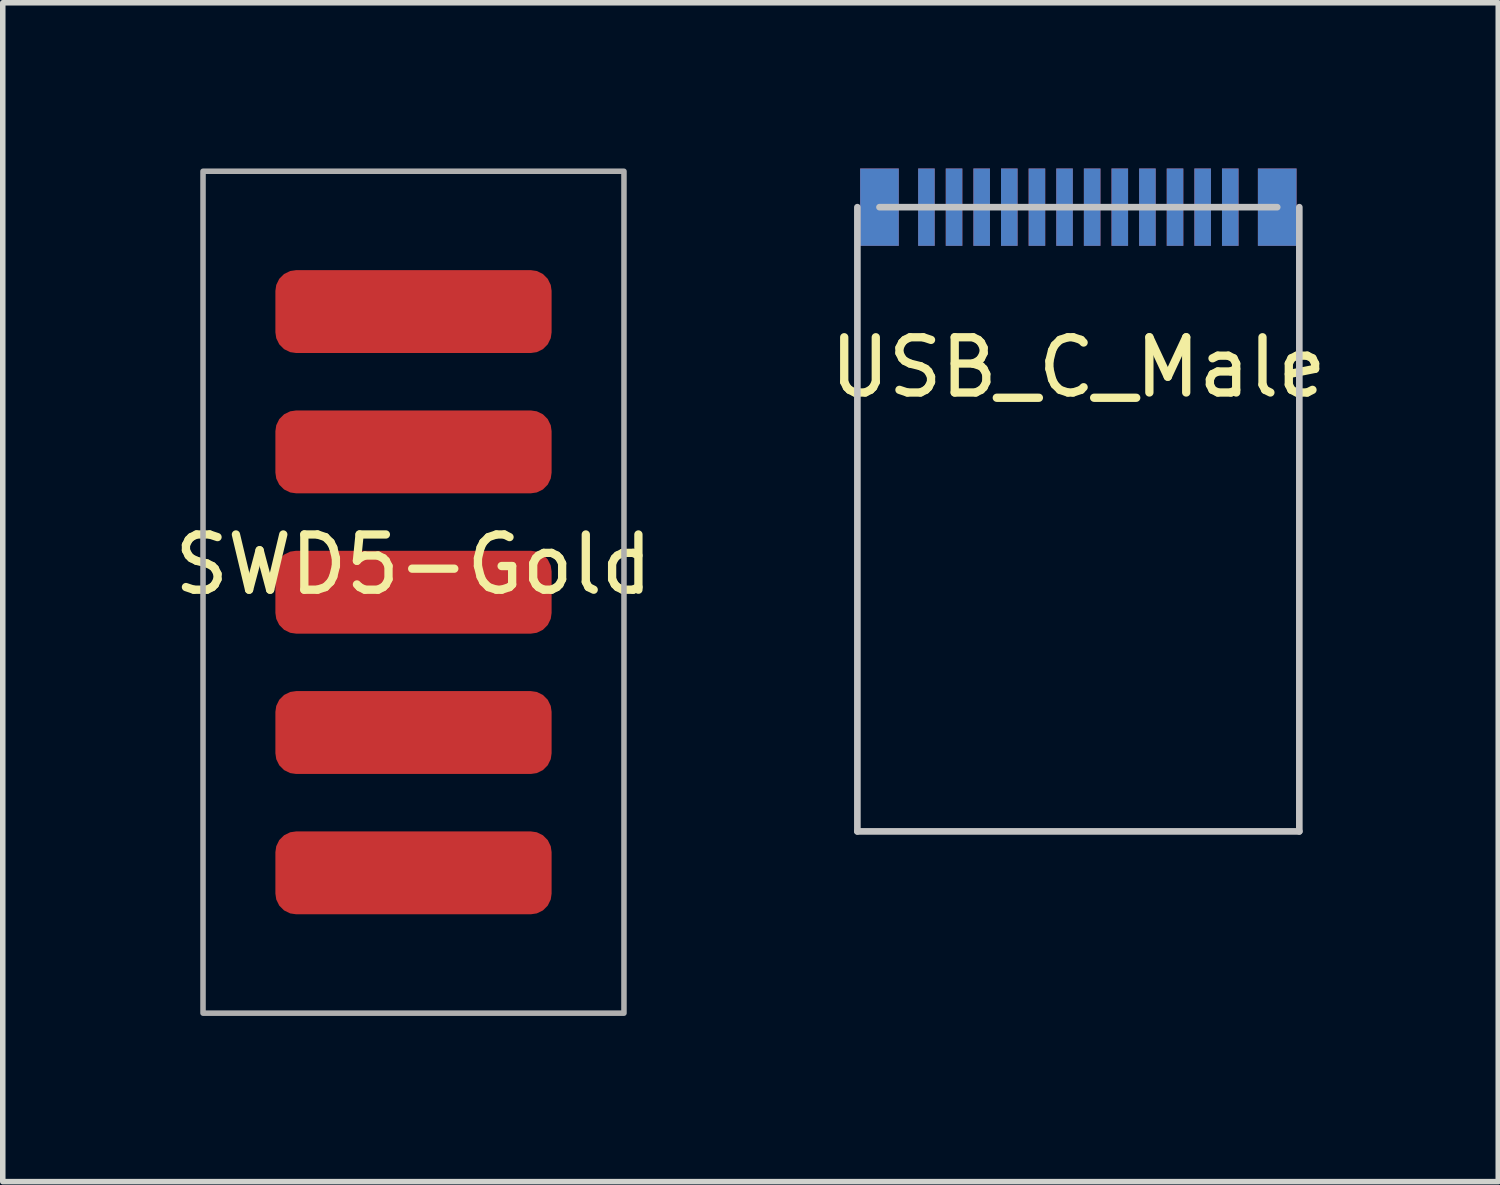
<source format=kicad_pcb>
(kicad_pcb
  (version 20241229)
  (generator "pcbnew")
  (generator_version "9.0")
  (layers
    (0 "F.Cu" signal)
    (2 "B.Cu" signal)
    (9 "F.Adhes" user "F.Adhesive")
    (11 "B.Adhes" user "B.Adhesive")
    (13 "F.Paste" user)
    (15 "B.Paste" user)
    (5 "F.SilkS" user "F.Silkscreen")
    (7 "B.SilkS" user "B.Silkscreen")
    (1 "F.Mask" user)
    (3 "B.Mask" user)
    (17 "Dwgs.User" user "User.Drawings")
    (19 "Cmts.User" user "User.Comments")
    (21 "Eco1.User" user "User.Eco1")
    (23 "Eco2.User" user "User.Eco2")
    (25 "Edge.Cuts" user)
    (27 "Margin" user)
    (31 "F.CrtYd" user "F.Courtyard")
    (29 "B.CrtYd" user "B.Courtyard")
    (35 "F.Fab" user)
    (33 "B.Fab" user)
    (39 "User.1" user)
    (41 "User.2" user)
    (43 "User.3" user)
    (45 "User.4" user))
  (footprint "SWD5-Gold"
    (layer "F.Cu")
    (at 4.435 7.67)
    (property "Reference" "SWD5-Gold" (at 0 -0.5 0) (unlocked yes) (layer "F.SilkS") (effects (font (size 1 1) (thickness 0.15))))
    (attr smd)
    (fp_rect (start -3.81 -7.62) (end 3.81 7.62) (stroke (width 0.1) (type default)) (fill no) (layer "F.Fab"))
    (pad "1" connect roundrect (at 0 -5.08) (size 5 1.5) (layers "F.Cu" "F.Mask") (roundrect_rratio 0.25))
    (pad "2" connect roundrect (at 0 -2.54) (size 5 1.5) (layers "F.Cu" "F.Mask") (roundrect_rratio 0.25))
    (pad "3" connect roundrect (at 0 0) (size 5 1.5) (layers "F.Cu" "F.Mask") (roundrect_rratio 0.25))
    (pad "4" connect roundrect (at 0 2.54) (size 5 1.5) (layers "F.Cu" "F.Mask") (roundrect_rratio 0.25))
    (pad "5" connect roundrect (at 0 5.08) (size 5 1.5) (layers "F.Cu" "F.Mask") (roundrect_rratio 0.25)))
  (footprint "USB_C_Male"
    (layer "F.Cu")
    (at 16.47 4.1)
    (property "Reference" "USB_C_Male" (at 0 -0.5 0) (unlocked yes) (layer "F.SilkS") (effects (font (size 1 1) (thickness 0.15))))
    (attr smd)
    (fp_line (start -4 -3.4) (end -4 7.9) (stroke (width 0.12) (type default)) (layer "Dwgs.User"))
    (fp_line (start -4 7.9) (end 4 7.9) (stroke (width 0.12) (type default)) (layer "Dwgs.User"))
    (fp_line (start -3.6 -3.4) (end 3.6 -3.4) (stroke (width 0.12) (type default)) (layer "Dwgs.User"))
    (fp_line (start 4 -3.4) (end 4 7.9) (stroke (width 0.12) (type default)) (layer "Dwgs.User"))
    (pad "A1" smd rect (at 2.75 -3.4) (size 0.3 1.4) (layers "F.Cu" "F.Mask" "F.Paste"))
    (pad "A2" smd rect (at 2.25 -3.4) (size 0.3 1.4) (layers "F.Cu" "F.Mask" "F.Paste"))
    (pad "A3" smd rect (at 1.75 -3.4) (size 0.3 1.4) (layers "F.Cu" "F.Mask" "F.Paste"))
    (pad "A4" smd rect (at 1.25 -3.4) (size 0.3 1.4) (layers "F.Cu" "F.Mask" "F.Paste"))
    (pad "A5" smd rect (at 0.75 -3.4) (size 0.3 1.4) (layers "F.Cu" "F.Mask" "F.Paste"))
    (pad "A6" smd rect (at 0.25 -3.4) (size 0.3 1.4) (layers "F.Cu" "F.Mask" "F.Paste"))
    (pad "A7" smd rect (at -0.25 -3.4) (size 0.3 1.4) (layers "F.Cu" "F.Mask" "F.Paste"))
    (pad "A8" smd rect (at -0.75 -3.4) (size 0.3 1.4) (layers "F.Cu" "F.Mask" "F.Paste"))
    (pad "A9" smd rect (at -1.25 -3.4) (size 0.3 1.4) (layers "F.Cu" "F.Mask" "F.Paste"))
    (pad "A10" smd rect (at -1.75 -3.4) (size 0.3 1.4) (layers "F.Cu" "F.Mask" "F.Paste"))
    (pad "A11" smd rect (at -2.25 -3.4) (size 0.3 1.4) (layers "F.Cu" "F.Mask" "F.Paste"))
    (pad "A12" smd rect (at -2.75 -3.4) (size 0.3 1.4) (layers "F.Cu" "F.Mask" "F.Paste"))
    (pad "B1" smd rect (at -2.75 -3.4) (size 0.3 1.4) (layers "B.Cu" "B.Mask" "B.Paste"))
    (pad "B2" smd rect (at -2.25 -3.4) (size 0.3 1.4) (layers "B.Cu" "B.Mask" "B.Paste"))
    (pad "B3" smd rect (at -1.75 -3.4) (size 0.3 1.4) (layers "B.Cu" "B.Mask" "B.Paste"))
    (pad "B4" smd rect (at -1.25 -3.4) (size 0.3 1.4) (layers "B.Cu" "B.Mask" "B.Paste"))
    (pad "B5" smd rect (at -0.75 -3.4) (size 0.3 1.4) (layers "B.Cu" "B.Mask" "B.Paste"))
    (pad "B6" smd rect (at -0.25 -3.4) (size 0.3 1.4) (layers "B.Cu" "B.Mask" "B.Paste"))
    (pad "B7" smd rect (at 0.25 -3.4) (size 0.3 1.4) (layers "B.Cu" "B.Mask" "B.Paste"))
    (pad "B8" smd rect (at 0.75 -3.4) (size 0.3 1.4) (layers "B.Cu" "B.Mask" "B.Paste"))
    (pad "B9" smd rect (at 1.25 -3.4) (size 0.3 1.4) (layers "B.Cu" "B.Mask" "B.Paste"))
    (pad "B10" smd rect (at 1.75 -3.4) (size 0.3 1.4) (layers "B.Cu" "B.Mask" "B.Paste"))
    (pad "B11" smd rect (at 2.25 -3.4) (size 0.3 1.4) (layers "B.Cu" "B.Mask" "B.Paste"))
    (pad "B12" smd rect (at 2.75 -3.4) (size 0.3 1.4) (layers "B.Cu" "B.Mask" "B.Paste"))
    (pad "S1" smd rect (at -3.6 -3.4) (size 0.7 1.4) (layers "F.Cu" "F.Mask" "F.Paste"))
    (pad "S1" smd rect (at -3.6 -3.4) (size 0.7 1.4) (layers "B.Cu" "B.Mask" "B.Paste"))
    (pad "S1" smd rect (at 3.6 -3.4) (size 0.7 1.4) (layers "F.Cu" "F.Mask" "F.Paste"))
    (pad "S1" smd rect (at 3.6 -3.4) (size 0.7 1.4) (layers "B.Cu" "B.Mask" "B.Paste")))
  (gr_rect
    (start -3 -3)
    (end 24.071 18.34)
    (stroke (width 0.1) (type default))
    (fill no)
    (layer "Edge.Cuts")))
</source>
